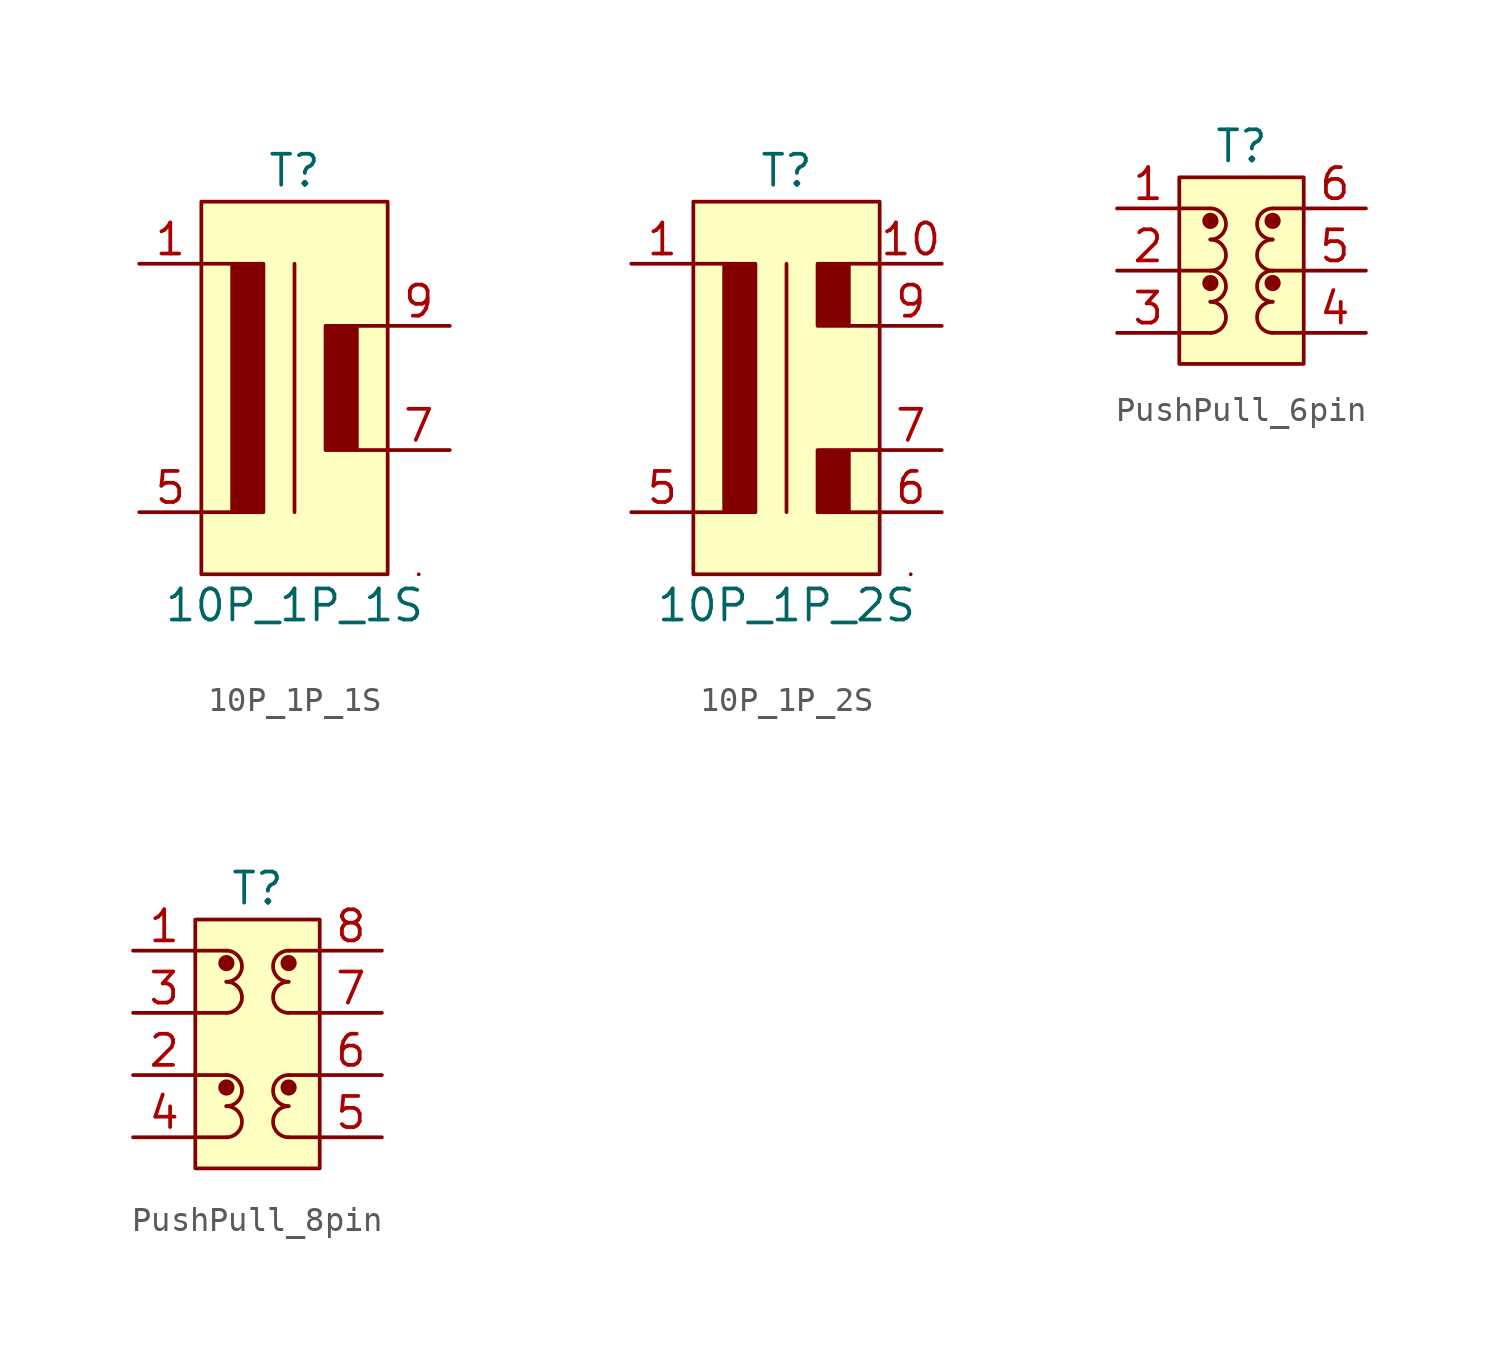
<source format=kicad_sym>
(kicad_symbol_lib
  (version 20241209)
  (generator "kicad_symbol_editor")
  (generator_version "9.0")
  (symbol "10P_1P_1S"
    (property "Reference" "T"
      (at 0 8.89 0)
      (effects (font (size 1.27 1.27))))
    (property "Value" "10P_1P_1S"
      (at 0 -8.89 0)
      (effects (font (size 1.27 1.27))))
    (symbol "10P_1P_1S_0_1"
      (rectangle (start -3.81 7.62) (end 3.81 -7.62) (stroke (width 0) (type default)) (fill (type background)))
      (polyline (pts (xy -3.81 5.08) (xy -2.54 5.08) (xy -2.54 -5.08) (xy -3.81 -5.08)) (stroke (width 0) (type default)) (fill (type none)))
      (rectangle (start -2.54 5.08) (end -1.27 -5.08) (stroke (width 0) (type default)) (fill (type outline)))
      (polyline (pts (xy 0 5.08) (xy 0 -5.08)) (stroke (width 0) (type default)) (fill (type none)))
      (rectangle (start 2.54 2.54) (end 1.27 -2.54) (stroke (width 0) (type default)) (fill (type outline)))
      (polyline (pts (xy 3.81 2.54) (xy 2.54 2.54) (xy 2.54 -2.54) (xy 3.81 -2.54)) (stroke (width 0) (type default)) (fill (type none)))
      (rectangle (start 5.08 -7.62) (end 5.08 -7.62) (stroke (width 0) (type default)) (fill (type none))))
    (symbol "10P_1P_1S_1_1"
      (pin passive line (at -6.35 5.08 0) (length 2.54) (name "" (effects (font (size 1.27 1.27)))) (number "1" (effects (font (size 1.27 1.27)))))
      (pin passive line (at -6.35 -5.08 0) (length 2.54) (name "" (effects (font (size 1.27 1.27)))) (number "5" (effects (font (size 1.27 1.27)))))
      (pin passive line (at 6.35 2.54 180) (length 2.54) (name "" (effects (font (size 1.27 1.27)))) (number "9" (effects (font (size 1.27 1.27)))))
      (pin passive line (at 6.35 -2.54 180) (length 2.54) (name "" (effects (font (size 1.27 1.27)))) (number "7" (effects (font (size 1.27 1.27)))))))
  (symbol "10P_1P_2S"
    (property "Reference" "T"
      (at 0 8.89 0)
      (effects (font (size 1.27 1.27))))
    (property "Value" "10P_1P_2S"
      (at 0 -8.89 0)
      (effects (font (size 1.27 1.27))))
    (symbol "10P_1P_2S_0_1"
      (rectangle (start -3.81 7.62) (end 3.81 -7.62) (stroke (width 0) (type default)) (fill (type background)))
      (polyline (pts (xy -3.81 5.08) (xy -2.54 5.08) (xy -2.54 -5.08) (xy -3.81 -5.08)) (stroke (width 0) (type default)) (fill (type none)))
      (rectangle (start -2.54 5.08) (end -1.27 -5.08) (stroke (width 0) (type default)) (fill (type outline)))
      (polyline (pts (xy 0 5.08) (xy 0 -5.08)) (stroke (width 0) (type default)) (fill (type none)))
      (rectangle (start 2.54 5.08) (end 1.27 2.54) (stroke (width 0) (type default)) (fill (type outline)))
      (rectangle (start 2.54 -2.54) (end 1.27 -5.08) (stroke (width 0) (type default)) (fill (type outline)))
      (polyline (pts (xy 3.81 5.08) (xy 2.54 5.08) (xy 2.54 2.54) (xy 3.81 2.54)) (stroke (width 0) (type default)) (fill (type none)))
      (polyline (pts (xy 3.81 -2.54) (xy 2.54 -2.54) (xy 2.54 -5.08) (xy 3.81 -5.08)) (stroke (width 0) (type default)) (fill (type none)))
      (rectangle (start 5.08 -7.62) (end 5.08 -7.62) (stroke (width 0) (type default)) (fill (type none))))
    (symbol "10P_1P_2S_1_1"
      (pin passive line (at -6.35 5.08 0) (length 2.54) (name "" (effects (font (size 1.27 1.27)))) (number "1" (effects (font (size 1.27 1.27)))))
      (pin passive line (at -6.35 -5.08 0) (length 2.54) (name "" (effects (font (size 1.27 1.27)))) (number "5" (effects (font (size 1.27 1.27)))))
      (pin passive line (at 6.35 5.08 180) (length 2.54) (name "" (effects (font (size 1.27 1.27)))) (number "10" (effects (font (size 1.27 1.27)))))
      (pin passive line (at 6.35 2.54 180) (length 2.54) (name "" (effects (font (size 1.27 1.27)))) (number "9" (effects (font (size 1.27 1.27)))))
      (pin passive line (at 6.35 -2.54 180) (length 2.54) (name "" (effects (font (size 1.27 1.27)))) (number "7" (effects (font (size 1.27 1.27)))))
      (pin passive line (at 6.35 -5.08 180) (length 2.54) (name "" (effects (font (size 1.27 1.27)))) (number "6" (effects (font (size 1.27 1.27)))))))
  (symbol "PushPull_6pin"
    (pin_names
      (hide yes))
    (property "Reference" "T"
      (at 0 5.08 0)
      (effects (font (size 1.27 1.27))))
    (property "Value" ""
      (at 0 0 0)
      (effects (font (size 1.27 1.27))))
    (symbol "PushPull_6pin_1_1"
      (rectangle (start -2.54 3.81) (end 2.54 -3.81) (stroke (width 0) (type solid)) (fill (type background)))
      (polyline (pts (xy -2.54 2.54) (xy -1.27 2.54)) (stroke (width 0) (type default)) (fill (type none)))
      (polyline (pts (xy -2.54 0) (xy -1.27 0)) (stroke (width 0) (type default)) (fill (type none)))
      (polyline (pts (xy -2.54 -2.54) (xy -1.27 -2.54)) (stroke (width 0) (type default)) (fill (type none)))
      (circle (center -1.27 2.032) (radius 0.254) (stroke (width 0) (type solid)) (fill (type outline)))
      (arc (start -1.27 2.54) (mid -0.635 1.905) (end -1.27 1.27) (stroke (width 0) (type default)) (fill (type none)))
      (arc (start -1.27 1.27) (mid -0.635 0.635) (end -1.27 0) (stroke (width 0) (type default)) (fill (type none)))
      (circle (center -1.27 -0.508) (radius 0.254) (stroke (width 0) (type solid)) (fill (type outline)))
      (arc (start -1.27 0) (mid -0.635 -0.635) (end -1.27 -1.27) (stroke (width 0) (type default)) (fill (type none)))
      (arc (start -1.27 -1.27) (mid -0.635 -1.905) (end -1.27 -2.54) (stroke (width 0) (type default)) (fill (type none)))
      (circle (center 1.27 2.032) (radius 0.254) (stroke (width 0) (type solid)) (fill (type outline)))
      (arc (start 1.27 1.27) (mid 0.635 1.905) (end 1.27 2.54) (stroke (width 0) (type default)) (fill (type none)))
      (arc (start 1.27 0) (mid 0.635 0.635) (end 1.27 1.27) (stroke (width 0) (type default)) (fill (type none)))
      (circle (center 1.27 -0.508) (radius 0.254) (stroke (width 0) (type solid)) (fill (type outline)))
      (arc (start 1.27 -1.27) (mid 0.635 -0.635) (end 1.27 0) (stroke (width 0) (type default)) (fill (type none)))
      (arc (start 1.27 -2.54) (mid 0.635 -1.905) (end 1.27 -1.27) (stroke (width 0) (type default)) (fill (type none)))
      (polyline (pts (xy 2.54 2.54) (xy 1.27 2.54)) (stroke (width 0) (type default)) (fill (type none)))
      (polyline (pts (xy 2.54 0) (xy 1.27 0)) (stroke (width 0) (type default)) (fill (type none)))
      (polyline (pts (xy 2.54 -2.54) (xy 1.27 -2.54)) (stroke (width 0) (type default)) (fill (type none)))
      (pin passive line (at -5.08 2.54 0) (length 2.54) (name "N1_1" (effects (font (size 1.27 1.27)))) (number "1" (effects (font (size 1.27 1.27)))))
      (pin passive line (at -5.08 0 0) (length 2.54) (name "N1_2" (effects (font (size 1.27 1.27)))) (number "2" (effects (font (size 1.27 1.27)))))
      (pin passive line (at -5.08 -2.54 0) (length 2.54) (name "N1_3" (effects (font (size 1.27 1.27)))) (number "3" (effects (font (size 1.27 1.27)))))
      (pin passive line (at 5.08 2.54 180) (length 2.54) (name "N2_1" (effects (font (size 1.27 1.27)))) (number "6" (effects (font (size 1.27 1.27)))))
      (pin passive line (at 5.08 0 180) (length 2.54) (name "N2_2" (effects (font (size 1.27 1.27)))) (number "5" (effects (font (size 1.27 1.27)))))
      (pin passive line (at 5.08 -2.54 180) (length 2.54) (name "N2_3" (effects (font (size 1.27 1.27)))) (number "4" (effects (font (size 1.27 1.27)))))))
  (symbol "PushPull_8pin"
    (pin_names
      (hide yes))
    (property "Reference" "T"
      (at 0 5.08 0)
      (effects (font (size 1.27 1.27))))
    (property "Value" ""
      (at 0 0 0)
      (effects (font (size 1.27 1.27))))
    (symbol "PushPull_8pin_0_1"
      (polyline (pts (xy -2.54 -5.08) (xy -1.27 -5.08)) (stroke (width 0) (type default)) (fill (type none)))
      (polyline (pts (xy 2.54 -5.08) (xy 1.27 -5.08)) (stroke (width 0) (type default)) (fill (type none))))
    (symbol "PushPull_8pin_1_1"
      (rectangle (start -2.54 3.81) (end 2.54 -6.35) (stroke (width 0) (type solid)) (fill (type background)))
      (polyline (pts (xy -2.54 2.54) (xy -1.27 2.54)) (stroke (width 0) (type default)) (fill (type none)))
      (polyline (pts (xy -2.54 0) (xy -1.27 0)) (stroke (width 0) (type default)) (fill (type none)))
      (polyline (pts (xy -2.54 -2.54) (xy -1.27 -2.54)) (stroke (width 0) (type default)) (fill (type none)))
      (circle (center -1.27 2.032) (radius 0.254) (stroke (width 0) (type solid)) (fill (type outline)))
      (arc (start -1.27 2.54) (mid -0.635 1.905) (end -1.27 1.27) (stroke (width 0) (type default)) (fill (type none)))
      (arc (start -1.27 1.27) (mid -0.635 0.635) (end -1.27 0) (stroke (width 0) (type default)) (fill (type none)))
      (circle (center -1.27 -3.048) (radius 0.254) (stroke (width 0) (type solid)) (fill (type outline)))
      (arc (start -1.27 -2.54) (mid -0.635 -3.175) (end -1.27 -3.81) (stroke (width 0) (type default)) (fill (type none)))
      (arc (start -1.27 -3.81) (mid -0.635 -4.445) (end -1.27 -5.08) (stroke (width 0) (type default)) (fill (type none)))
      (circle (center 1.27 2.032) (radius 0.254) (stroke (width 0) (type solid)) (fill (type outline)))
      (arc (start 1.27 1.27) (mid 0.635 1.905) (end 1.27 2.54) (stroke (width 0) (type default)) (fill (type none)))
      (arc (start 1.27 0) (mid 0.635 0.635) (end 1.27 1.27) (stroke (width 0) (type default)) (fill (type none)))
      (circle (center 1.27 -3.048) (radius 0.254) (stroke (width 0) (type solid)) (fill (type outline)))
      (arc (start 1.27 -3.81) (mid 0.635 -3.175) (end 1.27 -2.54) (stroke (width 0) (type default)) (fill (type none)))
      (arc (start 1.27 -5.08) (mid 0.635 -4.445) (end 1.27 -3.81) (stroke (width 0) (type default)) (fill (type none)))
      (polyline (pts (xy 2.54 2.54) (xy 1.27 2.54)) (stroke (width 0) (type default)) (fill (type none)))
      (polyline (pts (xy 2.54 0) (xy 1.27 0)) (stroke (width 0) (type default)) (fill (type none)))
      (polyline (pts (xy 2.54 -2.54) (xy 1.27 -2.54)) (stroke (width 0) (type default)) (fill (type none)))
      (pin passive line (at -5.08 2.54 0) (length 2.54) (name "N1_1" (effects (font (size 1.27 1.27)))) (number "1" (effects (font (size 1.27 1.27)))))
      (pin passive line (at -5.08 0 0) (length 2.54) (name "N1_2" (effects (font (size 1.27 1.27)))) (number "3" (effects (font (size 1.27 1.27)))))
      (pin passive line (at -5.08 -2.54 0) (length 2.54) (name "N2_1" (effects (font (size 1.27 1.27)))) (number "2" (effects (font (size 1.27 1.27)))))
      (pin passive line (at -5.08 -5.08 0) (length 2.54) (name "N2_2" (effects (font (size 1.27 1.27)))) (number "4" (effects (font (size 1.27 1.27)))))
      (pin passive line (at 5.08 2.54 180) (length 2.54) (name "N4_!" (effects (font (size 1.27 1.27)))) (number "8" (effects (font (size 1.27 1.27)))))
      (pin passive line (at 5.08 0 180) (length 2.54) (name "N4_2" (effects (font (size 1.27 1.27)))) (number "7" (effects (font (size 1.27 1.27)))))
      (pin passive line (at 5.08 -2.54 180) (length 2.54) (name "N3_1" (effects (font (size 1.27 1.27)))) (number "6" (effects (font (size 1.27 1.27)))))
      (pin passive line (at 5.08 -5.08 180) (length 2.54) (name "N3_2" (effects (font (size 1.27 1.27)))) (number "5" (effects (font (size 1.27 1.27))))))))
</source>
